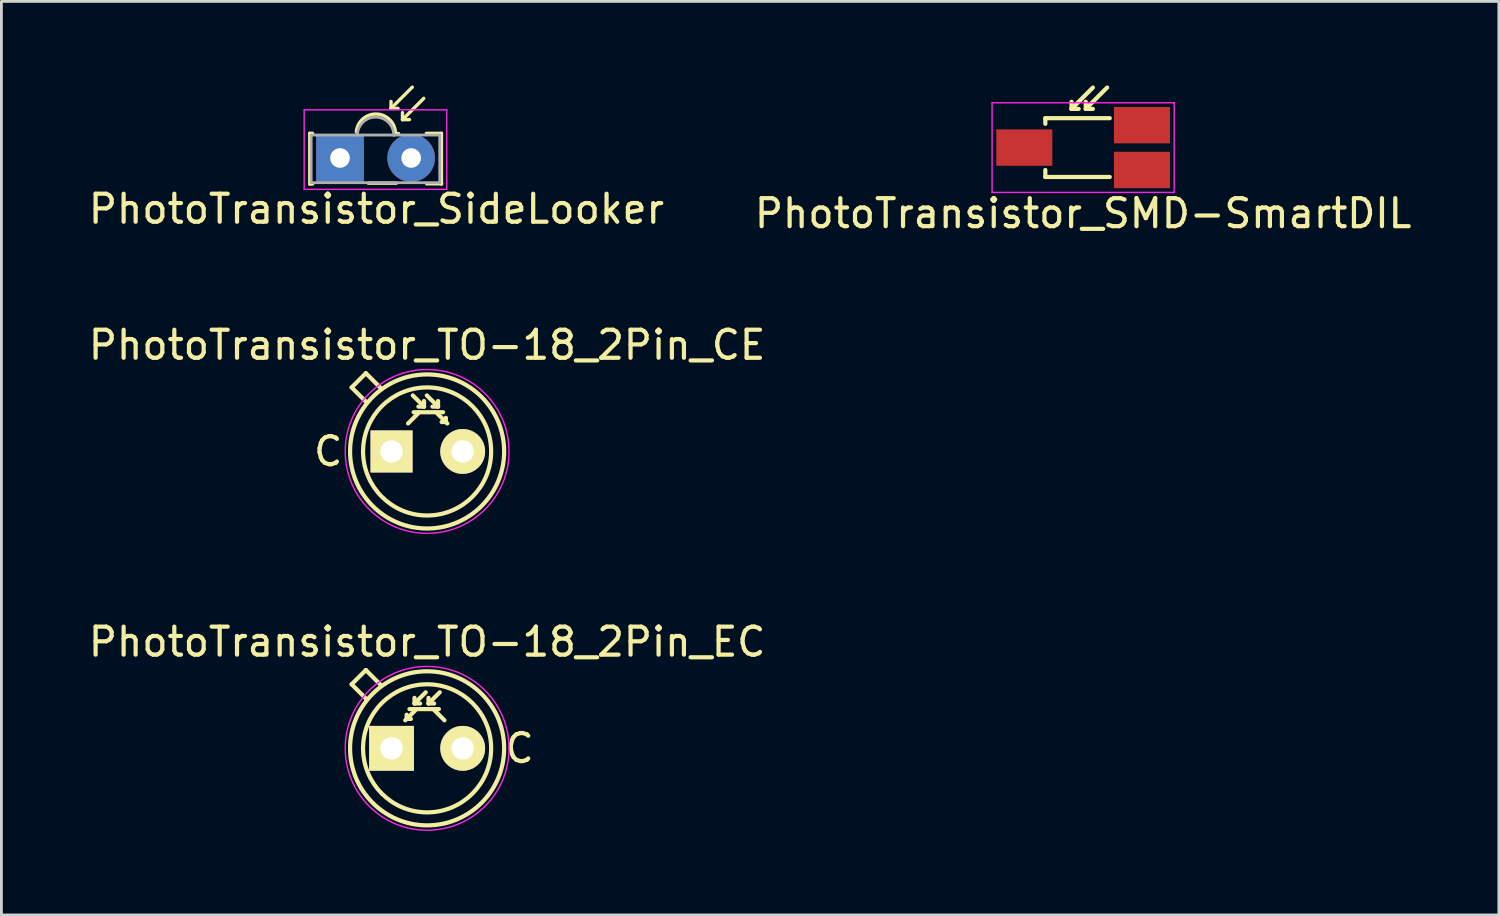
<source format=kicad_pcb>
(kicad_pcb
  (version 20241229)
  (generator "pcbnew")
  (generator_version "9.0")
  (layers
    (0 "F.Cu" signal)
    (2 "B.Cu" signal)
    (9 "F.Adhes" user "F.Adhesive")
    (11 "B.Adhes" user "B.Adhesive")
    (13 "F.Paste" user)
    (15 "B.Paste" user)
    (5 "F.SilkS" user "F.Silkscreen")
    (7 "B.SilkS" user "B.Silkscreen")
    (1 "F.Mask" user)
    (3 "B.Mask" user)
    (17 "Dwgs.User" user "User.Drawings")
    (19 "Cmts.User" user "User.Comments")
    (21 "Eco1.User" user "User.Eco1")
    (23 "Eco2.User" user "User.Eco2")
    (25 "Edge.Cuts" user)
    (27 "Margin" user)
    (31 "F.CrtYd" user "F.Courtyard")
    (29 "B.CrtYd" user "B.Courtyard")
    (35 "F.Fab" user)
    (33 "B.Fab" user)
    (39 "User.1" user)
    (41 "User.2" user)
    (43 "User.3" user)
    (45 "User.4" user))
  (footprint "PhotoTransistor_SMD-SmartDIL"
    (layer "F.Cu")
    (at 35.613 2.218)
    (property "Reference" "PhotoTransistor_SMD-SmartDIL" (at 0 2.35 0) (layer "F.SilkS") (effects (font (size 1 1) (thickness 0.15))))
    (attr through_hole)
    (fp_line (start -1.35 -1.05) (end -1.35 -0.85) (stroke (width 0.15) (type solid)) (layer "F.SilkS"))
    (fp_line (start -1.35 -1.05) (end 0.95 -1.05) (stroke (width 0.15) (type solid)) (layer "F.SilkS"))
    (fp_line (start -1.35 1.05) (end -1.35 0.8) (stroke (width 0.15) (type solid)) (layer "F.SilkS"))
    (fp_line (start -0.414 -1.381) (end -0.414 -1.635) (stroke (width 0.15) (type solid)) (layer "F.SilkS"))
    (fp_line (start -0.414 -1.381) (end -0.16 -1.381) (stroke (width 0.15) (type solid)) (layer "F.SilkS"))
    (fp_line (start 0.094 -1.381) (end 0.094 -1.635) (stroke (width 0.15) (type solid)) (layer "F.SilkS"))
    (fp_line (start 0.094 -1.381) (end 0.348 -1.381) (stroke (width 0.15) (type solid)) (layer "F.SilkS"))
    (fp_line (start 0.348 -2.143) (end -0.414 -1.381) (stroke (width 0.15) (type solid)) (layer "F.SilkS"))
    (fp_line (start 0.856 -2.143) (end 0.094 -1.381) (stroke (width 0.15) (type solid)) (layer "F.SilkS"))
    (fp_line (start 0.95 1.05) (end -1.35 1.05) (stroke (width 0.15) (type solid)) (layer "F.SilkS"))
    (fp_line (start -3.25 -1.6) (end 3.25 -1.6) (stroke (width 0.05) (type solid)) (layer "F.CrtYd"))
    (fp_line (start -3.25 1.6) (end -3.25 -1.6) (stroke (width 0.05) (type solid)) (layer "F.CrtYd"))
    (fp_line (start 3.25 -1.6) (end 3.25 1.6) (stroke (width 0.05) (type solid)) (layer "F.CrtYd"))
    (fp_line (start 3.25 1.6) (end -3.25 1.6) (stroke (width 0.05) (type solid)) (layer "F.CrtYd"))
    (pad "1" smd rect (at -2.1 0 180) (size 2 1.3) (layers "F.Cu" "F.Mask" "F.Paste"))
    (pad "2" smd rect (at 2.1 -0.8 180) (size 2 1.3) (layers "F.Cu" "F.Mask" "F.Paste"))
    (pad "3" smd rect (at 2.1 0.8 180) (size 2 1.3) (layers "F.Cu" "F.Mask" "F.Paste")))
  (footprint "PhotoTransistor_SideLooker"
    (layer "F.Cu")
    (at 9.087 2.59)
    (property "Reference" "PhotoTransistor_SideLooker" (at 1.3 1.82 0) (layer "F.SilkS") (effects (font (size 1 1) (thickness 0.15))))
    (attr through_hole)
    (fp_line (start -1.08 -0.88) (end -1.08 0.93) (stroke (width 0.12) (type solid)) (layer "F.SilkS"))
    (fp_line (start -0.98 -0.88) (end -1.08 -0.88) (stroke (width 0.12) (type solid)) (layer "F.SilkS"))
    (fp_line (start -0.98 0.93) (end -1.08 0.93) (stroke (width 0.12) (type solid)) (layer "F.SilkS"))
    (fp_line (start 1.01 0.9) (end 2.01 0.9) (stroke (width 0.12) (type solid)) (layer "F.SilkS"))
    (fp_line (start 1.82 -1.77) (end 1.82 -2.02) (stroke (width 0.12) (type solid)) (layer "F.SilkS"))
    (fp_line (start 1.82 -1.77) (end 2.07 -1.77) (stroke (width 0.12) (type solid)) (layer "F.SilkS"))
    (fp_line (start 2.09 -0.87) (end 1.98 -0.87) (stroke (width 0.12) (type solid)) (layer "F.SilkS"))
    (fp_line (start 2.23 -1.37) (end 2.23 -1.62) (stroke (width 0.12) (type solid)) (layer "F.SilkS"))
    (fp_line (start 2.23 -1.37) (end 2.48 -1.37) (stroke (width 0.12) (type solid)) (layer "F.SilkS"))
    (fp_line (start 2.58 -2.53) (end 1.82 -1.77) (stroke (width 0.12) (type solid)) (layer "F.SilkS"))
    (fp_line (start 2.99 -2.13) (end 2.23 -1.37) (stroke (width 0.12) (type solid)) (layer "F.SilkS"))
    (fp_line (start 3.09 0.92) (end 3.63 0.92) (stroke (width 0.12) (type solid)) (layer "F.SilkS"))
    (fp_line (start 3.62 -0.88) (end 3.08 -0.88) (stroke (width 0.12) (type solid)) (layer "F.SilkS"))
    (fp_line (start 3.62 0.93) (end 3.62 -0.88) (stroke (width 0.12) (type solid)) (layer "F.SilkS"))
    (fp_arc (start 0.582664 -0.931009) (mid 1.310534 -1.569333) (end 1.98 -0.87) (stroke (width 0.12) (type solid)) (layer "F.SilkS"))
    (fp_line (start -1.28 -1.72) (end -1.28 1.12) (stroke (width 0.05) (type solid)) (layer "F.CrtYd"))
    (fp_line (start -1.28 -1.72) (end 3.81 -1.72) (stroke (width 0.05) (type solid)) (layer "F.CrtYd"))
    (fp_line (start 3.81 1.12) (end -1.28 1.12) (stroke (width 0.05) (type solid)) (layer "F.CrtYd"))
    (fp_line (start 3.81 1.12) (end 3.81 -1.72) (stroke (width 0.05) (type solid)) (layer "F.CrtYd"))
    (fp_line (start -1.03 -0.82) (end -1.03 0.88) (stroke (width 0.1) (type solid)) (layer "F.Fab"))
    (fp_line (start -1.03 0.88) (end 3.56 0.88) (stroke (width 0.1) (type solid)) (layer "F.Fab"))
    (fp_line (start 3.56 -0.82) (end -1.03 -0.82) (stroke (width 0.1) (type solid)) (layer "F.Fab"))
    (fp_line (start 3.56 0.88) (end 3.56 -0.82) (stroke (width 0.1) (type solid)) (layer "F.Fab"))
    (fp_arc (start 0.62 -0.81) (mid 1.27 -1.46) (end 1.92 -0.81) (stroke (width 0.1) (type solid)) (layer "F.Fab"))
    (pad "1" thru_hole rect (at 0 0 180) (size 1.7 1.7) (drill 0.7) (layers "*.Cu" "*.Mask"))
    (pad "2" thru_hole circle (at 2.54 0 180) (size 1.7 1.7) (drill 0.7) (layers "*.Cu" "*.Mask")))
  (footprint "PhotoTransistor_TO-18_2Pin_CE"
    (layer "F.Cu")
    (at 10.926 13.065)
    (property "Reference" "PhotoTransistor_TO-18_2Pin_CE" (at 1.27 -3.8 0) (layer "F.SilkS") (effects (font (size 1 1) (thickness 0.15))))
    (attr through_hole)
    (fp_line (start -1.424 -2.286) (end -0.916 -2.794) (stroke (width 0.15) (type solid)) (layer "F.SilkS"))
    (fp_line (start -0.916 -2.794) (end -0.408 -2.286) (stroke (width 0.15) (type solid)) (layer "F.SilkS"))
    (fp_line (start -0.916 -1.778) (end -1.424 -2.286) (stroke (width 0.15) (type solid)) (layer "F.SilkS"))
    (fp_line (start 0.99 -1.4) (end 0.59 -1) (stroke (width 0.15) (type solid)) (layer "F.SilkS"))
    (fp_line (start 1.16 -1.8) (end 1.16 -1.6) (stroke (width 0.15) (type solid)) (layer "F.SilkS"))
    (fp_line (start 1.16 -1.6) (end 0.76 -2) (stroke (width 0.15) (type solid)) (layer "F.SilkS"))
    (fp_line (start 1.16 -1.6) (end 0.96 -1.6) (stroke (width 0.15) (type solid)) (layer "F.SilkS"))
    (fp_line (start 1.59 -1.4) (end 1.99 -1) (stroke (width 0.15) (type solid)) (layer "F.SilkS"))
    (fp_line (start 1.66 -1.6) (end 1.26 -2) (stroke (width 0.15) (type solid)) (layer "F.SilkS"))
    (fp_line (start 1.66 -1.6) (end 1.46 -1.6) (stroke (width 0.15) (type solid)) (layer "F.SilkS"))
    (fp_line (start 1.66 -1.6) (end 1.66 -1.8) (stroke (width 0.15) (type solid)) (layer "F.SilkS"))
    (fp_line (start 1.84 -1.4) (end 0.79 -1.4) (stroke (width 0.15) (type solid)) (layer "F.SilkS"))
    (fp_line (start 1.94 -1.05) (end 1.79 -1.05) (stroke (width 0.15) (type solid)) (layer "F.SilkS"))
    (fp_line (start 1.94 -1.05) (end 1.94 -1.2) (stroke (width 0.15) (type solid)) (layer "F.SilkS"))
    (fp_circle (center 1.27 0) (end 3.556 0) (stroke (width 0.15) (type solid)) (fill no) (layer "F.SilkS"))
    (fp_circle (center 1.27 0) (end 4.02 0) (stroke (width 0.15) (type solid)) (fill no) (layer "F.SilkS"))
    (fp_circle (center 1.27 0) (end 3.683 1.651) (stroke (width 0.05) (type solid)) (fill no) (layer "F.CrtYd"))
    (fp_text user "C" (at -2.26 0 0) (layer "F.SilkS") (effects (font (size 1 1) (thickness 0.15))))
    (pad "1" thru_hole rect (at 0 0) (size 1.5 1.5) (drill 0.8) (layers "*.Cu" "*.Mask" "F.SilkS"))
    (pad "2" thru_hole circle (at 2.54 0) (size 1.6 1.6) (drill 0.8) (layers "*.Cu" "*.Mask" "F.SilkS")))
  (footprint "PhotoTransistor_TO-18_2Pin_EC"
    (layer "F.Cu")
    (at 13.466 23.662)
    (property "Reference" "PhotoTransistor_TO-18_2Pin_EC" (at -1.27 -3.8 0) (layer "F.SilkS") (effects (font (size 1 1) (thickness 0.15))))
    (attr through_hole)
    (fp_line (start -3.964 -2.286) (end -3.456 -2.794) (stroke (width 0.15) (type solid)) (layer "F.SilkS"))
    (fp_line (start -3.456 -2.794) (end -2.948 -2.286) (stroke (width 0.15) (type solid)) (layer "F.SilkS"))
    (fp_line (start -3.456 -1.778) (end -3.964 -2.286) (stroke (width 0.15) (type solid)) (layer "F.SilkS"))
    (fp_line (start -2 -1.05) (end -2 -1.2) (stroke (width 0.15) (type solid)) (layer "F.SilkS"))
    (fp_line (start -2 -1.05) (end -1.85 -1.05) (stroke (width 0.15) (type solid)) (layer "F.SilkS"))
    (fp_line (start -1.9 -1.4) (end -0.85 -1.4) (stroke (width 0.15) (type solid)) (layer "F.SilkS"))
    (fp_line (start -1.72 -1.6) (end -1.72 -1.8) (stroke (width 0.15) (type solid)) (layer "F.SilkS"))
    (fp_line (start -1.72 -1.6) (end -1.52 -1.6) (stroke (width 0.15) (type solid)) (layer "F.SilkS"))
    (fp_line (start -1.72 -1.6) (end -1.32 -2) (stroke (width 0.15) (type solid)) (layer "F.SilkS"))
    (fp_line (start -1.65 -1.4) (end -2.05 -1) (stroke (width 0.15) (type solid)) (layer "F.SilkS"))
    (fp_line (start -1.22 -1.8) (end -1.22 -1.6) (stroke (width 0.15) (type solid)) (layer "F.SilkS"))
    (fp_line (start -1.22 -1.6) (end -1.02 -1.6) (stroke (width 0.15) (type solid)) (layer "F.SilkS"))
    (fp_line (start -1.22 -1.6) (end -0.82 -2) (stroke (width 0.15) (type solid)) (layer "F.SilkS"))
    (fp_line (start -1.05 -1.4) (end -0.65 -1) (stroke (width 0.15) (type solid)) (layer "F.SilkS"))
    (fp_circle (center -1.27 0) (end 1.016 0) (stroke (width 0.15) (type solid)) (fill no) (layer "F.SilkS"))
    (fp_circle (center -1.27 0) (end 1.48 0) (stroke (width 0.15) (type solid)) (fill no) (layer "F.SilkS"))
    (fp_circle (center -1.27 0) (end 1.143 1.651) (stroke (width 0.05) (type solid)) (fill no) (layer "F.CrtYd"))
    (fp_text user "C" (at 2.03 0 0) (layer "F.SilkS") (effects (font (size 1 1) (thickness 0.15))))
    (pad "1" thru_hole circle (at 0 0) (size 1.6 1.6) (drill 0.8) (layers "*.Cu" "*.Mask" "F.SilkS"))
    (pad "2" thru_hole rect (at -2.54 0) (size 1.6 1.6) (drill 0.8) (layers "*.Cu" "*.Mask" "F.SilkS")))
  (gr_rect
    (start -3 -3)
    (end 50.452 29.61)
    (stroke (width 0.1) (type default))
    (fill no)
    (layer "Edge.Cuts")))
</source>
